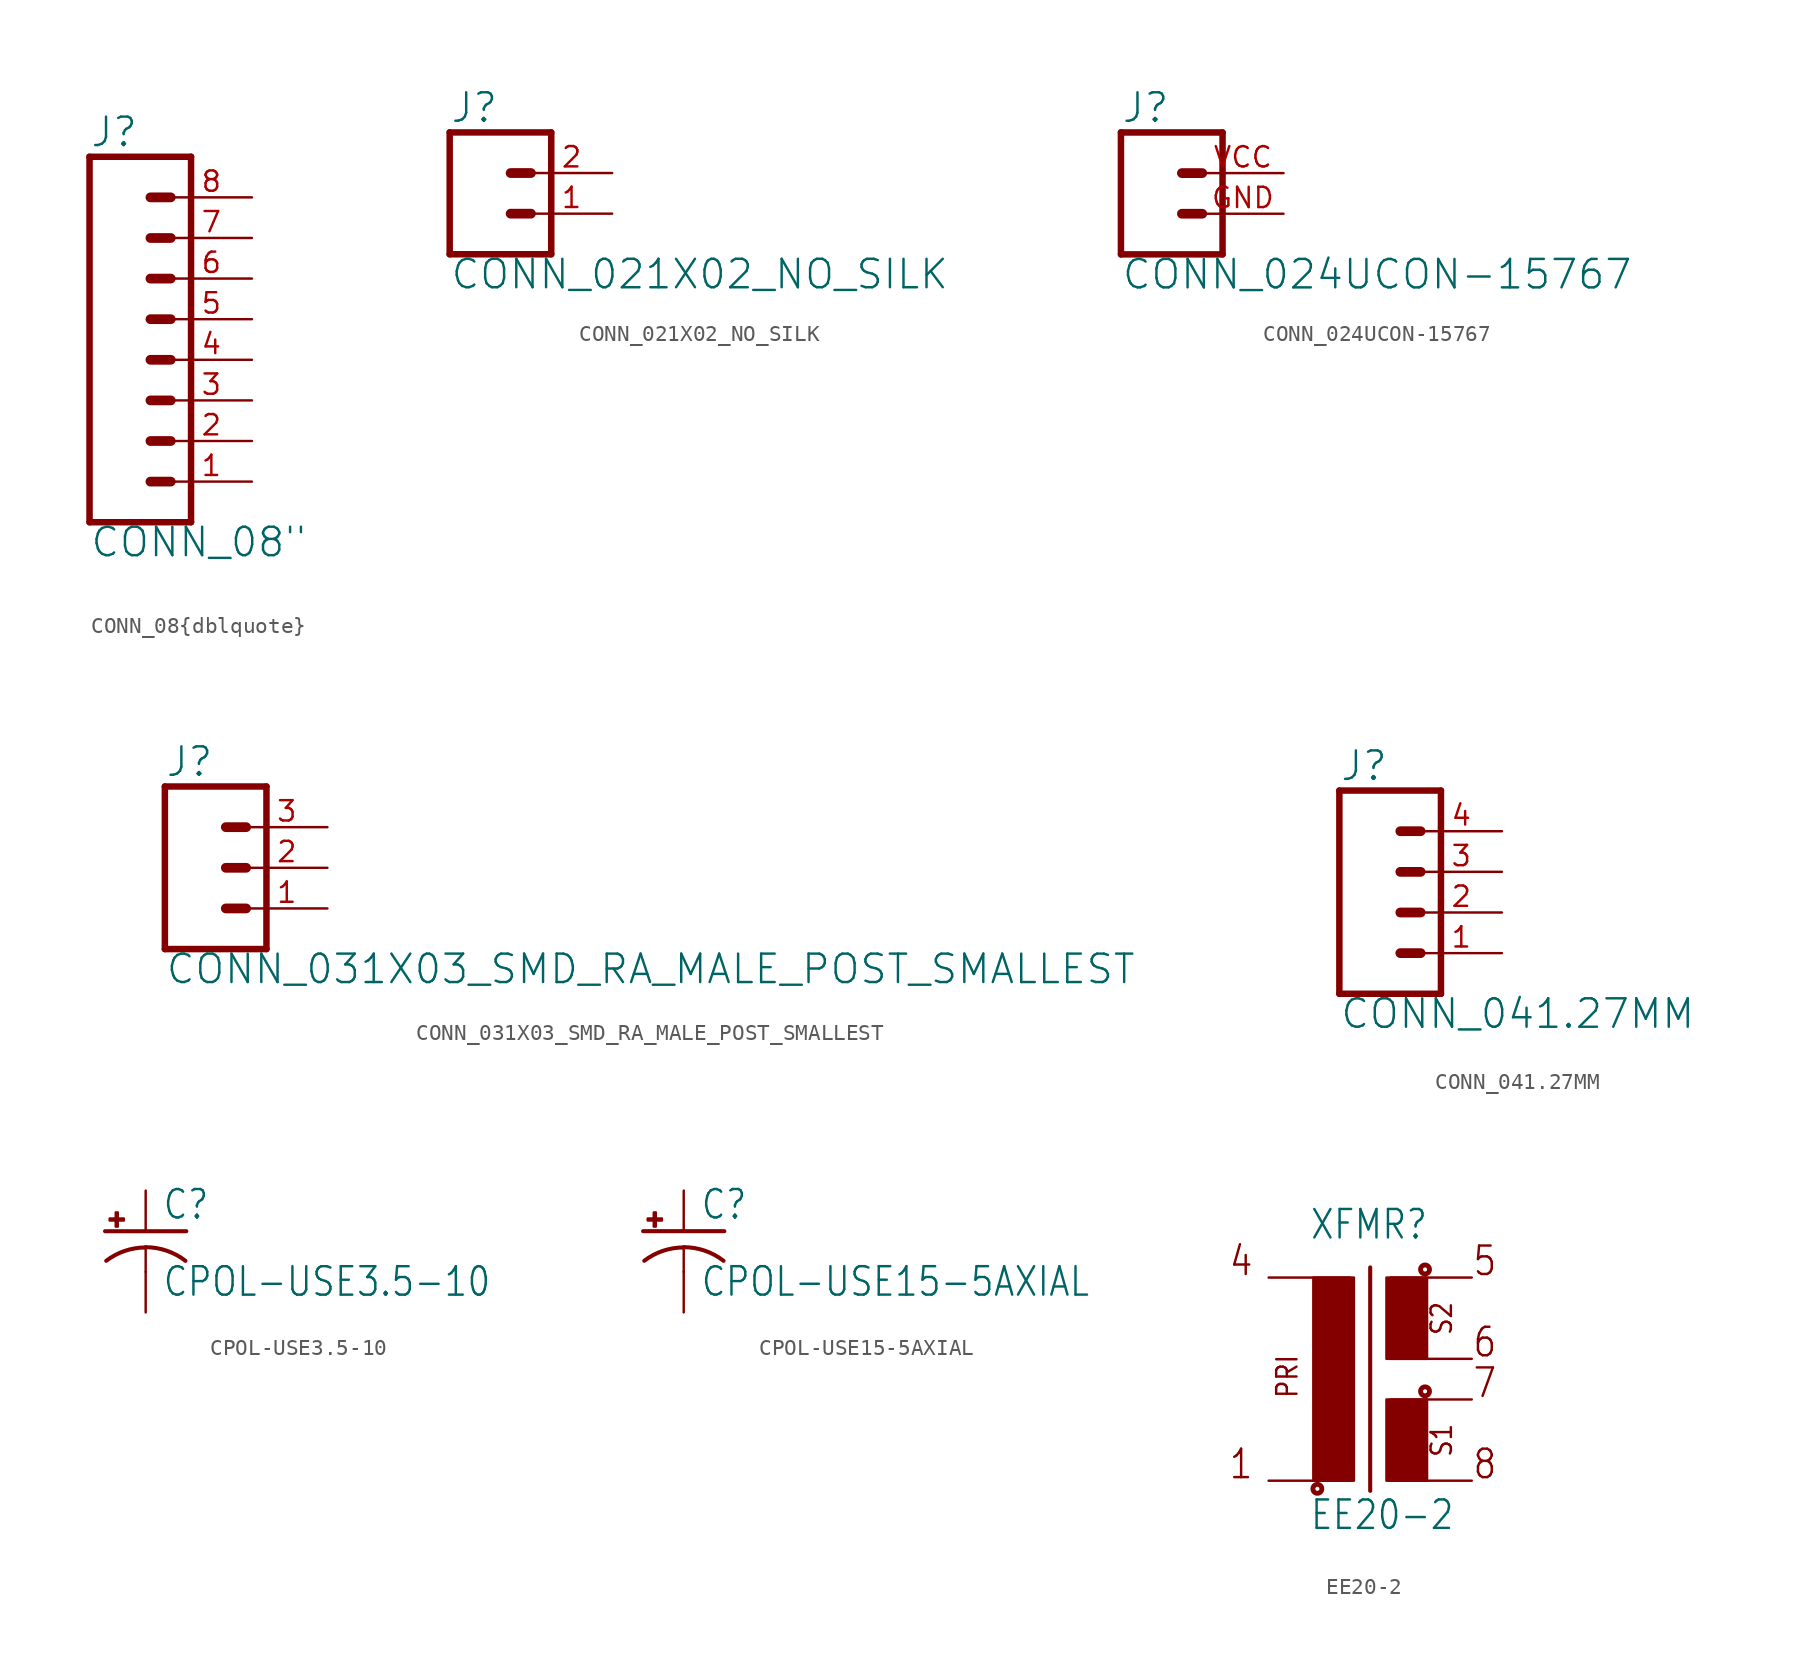
<source format=kicad_sym>
(kicad_symbol_lib
  (version 20220331)
  (generator kicad_symbol_editor)
  (symbol "CONN_08{dblquote}"
    (property "Reference" "J"
      (at -5.08 13.208 0)
      (effects (font (size 1.778 1.778)) (justify left bottom)))
    (property "Value" "CONN_08{dblquote}"
      (at -5.08 -12.446 0)
      (effects (font (size 1.778 1.778)) (justify left bottom)))
    (property "ki_locked" ""
      (at 0 0 0)
      (effects (font (size 1.27 1.27))))
    (symbol "CONN_08{dblquote}_1_0"
      (polyline (pts (xy -5.08 12.7) (xy -5.08 -10.16)) (stroke (width 0.406) (type solid)) (fill (type none)))
      (polyline (pts (xy -5.08 12.7) (xy 1.27 12.7)) (stroke (width 0.406) (type solid)) (fill (type none)))
      (polyline (pts (xy -1.27 -7.62) (xy 0 -7.62)) (stroke (width 0.61) (type solid)) (fill (type none)))
      (polyline (pts (xy -1.27 -5.08) (xy 0 -5.08)) (stroke (width 0.61) (type solid)) (fill (type none)))
      (polyline (pts (xy -1.27 -2.54) (xy 0 -2.54)) (stroke (width 0.61) (type solid)) (fill (type none)))
      (polyline (pts (xy -1.27 0) (xy 0 0)) (stroke (width 0.61) (type solid)) (fill (type none)))
      (polyline (pts (xy -1.27 2.54) (xy 0 2.54)) (stroke (width 0.61) (type solid)) (fill (type none)))
      (polyline (pts (xy -1.27 5.08) (xy 0 5.08)) (stroke (width 0.61) (type solid)) (fill (type none)))
      (polyline (pts (xy -1.27 7.62) (xy 0 7.62)) (stroke (width 0.61) (type solid)) (fill (type none)))
      (polyline (pts (xy -1.27 10.16) (xy 0 10.16)) (stroke (width 0.61) (type solid)) (fill (type none)))
      (polyline (pts (xy 1.27 -10.16) (xy -5.08 -10.16)) (stroke (width 0.406) (type solid)) (fill (type none)))
      (polyline (pts (xy 1.27 -10.16) (xy 1.27 12.7)) (stroke (width 0.406) (type solid)) (fill (type none)))
      (pin passive line (at 5.08 -7.62 180) (length 5.08) (name "1" (effects (font (size 0 0)))) (number "1" (effects (font (size 1.27 1.27)))))
      (pin passive line (at 5.08 -5.08 180) (length 5.08) (name "2" (effects (font (size 0 0)))) (number "2" (effects (font (size 1.27 1.27)))))
      (pin passive line (at 5.08 -2.54 180) (length 5.08) (name "3" (effects (font (size 0 0)))) (number "3" (effects (font (size 1.27 1.27)))))
      (pin passive line (at 5.08 0 180) (length 5.08) (name "4" (effects (font (size 0 0)))) (number "4" (effects (font (size 1.27 1.27)))))
      (pin passive line (at 5.08 2.54 180) (length 5.08) (name "5" (effects (font (size 0 0)))) (number "5" (effects (font (size 1.27 1.27)))))
      (pin passive line (at 5.08 5.08 180) (length 5.08) (name "6" (effects (font (size 0 0)))) (number "6" (effects (font (size 1.27 1.27)))))
      (pin passive line (at 5.08 7.62 180) (length 5.08) (name "7" (effects (font (size 0 0)))) (number "7" (effects (font (size 1.27 1.27)))))
      (pin passive line (at 5.08 10.16 180) (length 5.08) (name "8" (effects (font (size 0 0)))) (number "8" (effects (font (size 1.27 1.27)))))))
  (symbol "CONN_021X02_NO_SILK"
    (property "Reference" "J"
      (at -2.54 5.588 0)
      (effects (font (size 1.778 1.778)) (justify left bottom)))
    (property "Value" "CONN_021X02_NO_SILK"
      (at -2.54 -4.826 0)
      (effects (font (size 1.778 1.778)) (justify left bottom)))
    (property "ki_locked" ""
      (at 0 0 0)
      (effects (font (size 1.27 1.27))))
    (symbol "CONN_021X02_NO_SILK_1_0"
      (polyline (pts (xy -2.54 5.08) (xy -2.54 -2.54)) (stroke (width 0.406) (type solid)) (fill (type none)))
      (polyline (pts (xy -2.54 5.08) (xy 3.81 5.08)) (stroke (width 0.406) (type solid)) (fill (type none)))
      (polyline (pts (xy 1.27 0) (xy 2.54 0)) (stroke (width 0.61) (type solid)) (fill (type none)))
      (polyline (pts (xy 1.27 2.54) (xy 2.54 2.54)) (stroke (width 0.61) (type solid)) (fill (type none)))
      (polyline (pts (xy 3.81 -2.54) (xy -2.54 -2.54)) (stroke (width 0.406) (type solid)) (fill (type none)))
      (polyline (pts (xy 3.81 -2.54) (xy 3.81 5.08)) (stroke (width 0.406) (type solid)) (fill (type none)))
      (pin passive line (at 7.62 0 180) (length 5.08) (name "1" (effects (font (size 0 0)))) (number "1" (effects (font (size 1.27 1.27)))))
      (pin passive line (at 7.62 2.54 180) (length 5.08) (name "2" (effects (font (size 0 0)))) (number "2" (effects (font (size 1.27 1.27)))))))
  (symbol "CONN_024UCON-15767"
    (property "Reference" "J"
      (at -2.54 5.588 0)
      (effects (font (size 1.778 1.778)) (justify left bottom)))
    (property "Value" "CONN_024UCON-15767"
      (at -2.54 -4.826 0)
      (effects (font (size 1.778 1.778)) (justify left bottom)))
    (property "ki_locked" ""
      (at 0 0 0)
      (effects (font (size 1.27 1.27))))
    (symbol "CONN_024UCON-15767_1_0"
      (polyline (pts (xy -2.54 5.08) (xy -2.54 -2.54)) (stroke (width 0.406) (type solid)) (fill (type none)))
      (polyline (pts (xy -2.54 5.08) (xy 3.81 5.08)) (stroke (width 0.406) (type solid)) (fill (type none)))
      (polyline (pts (xy 1.27 0) (xy 2.54 0)) (stroke (width 0.61) (type solid)) (fill (type none)))
      (polyline (pts (xy 1.27 2.54) (xy 2.54 2.54)) (stroke (width 0.61) (type solid)) (fill (type none)))
      (polyline (pts (xy 3.81 -2.54) (xy -2.54 -2.54)) (stroke (width 0.406) (type solid)) (fill (type none)))
      (polyline (pts (xy 3.81 -2.54) (xy 3.81 5.08)) (stroke (width 0.406) (type solid)) (fill (type none)))
      (pin passive line (at 7.62 0 180) (length 5.08) (name "1" (effects (font (size 0 0)))) (number "GND" (effects (font (size 1.27 1.27)))))
      (pin passive line (at 7.62 2.54 180) (length 5.08) (name "2" (effects (font (size 0 0)))) (number "VCC" (effects (font (size 1.27 1.27)))))))
  (symbol "CONN_031X03_SMD_RA_MALE_POST_SMALLEST"
    (property "Reference" "J"
      (at -2.54 5.588 0)
      (effects (font (size 1.778 1.778)) (justify left bottom)))
    (property "Value" "CONN_031X03_SMD_RA_MALE_POST_SMALLEST"
      (at -2.54 -7.366 0)
      (effects (font (size 1.778 1.778)) (justify left bottom)))
    (property "ki_locked" ""
      (at 0 0 0)
      (effects (font (size 1.27 1.27))))
    (symbol "CONN_031X03_SMD_RA_MALE_POST_SMALLEST_1_0"
      (polyline (pts (xy -2.54 5.08) (xy -2.54 -5.08)) (stroke (width 0.406) (type solid)) (fill (type none)))
      (polyline (pts (xy -2.54 5.08) (xy 3.81 5.08)) (stroke (width 0.406) (type solid)) (fill (type none)))
      (polyline (pts (xy 1.27 -2.54) (xy 2.54 -2.54)) (stroke (width 0.61) (type solid)) (fill (type none)))
      (polyline (pts (xy 1.27 0) (xy 2.54 0)) (stroke (width 0.61) (type solid)) (fill (type none)))
      (polyline (pts (xy 1.27 2.54) (xy 2.54 2.54)) (stroke (width 0.61) (type solid)) (fill (type none)))
      (polyline (pts (xy 3.81 -5.08) (xy -2.54 -5.08)) (stroke (width 0.406) (type solid)) (fill (type none)))
      (polyline (pts (xy 3.81 -5.08) (xy 3.81 5.08)) (stroke (width 0.406) (type solid)) (fill (type none)))
      (pin passive line (at 7.62 -2.54 180) (length 5.08) (name "1" (effects (font (size 0 0)))) (number "1" (effects (font (size 1.27 1.27)))))
      (pin passive line (at 7.62 0 180) (length 5.08) (name "2" (effects (font (size 0 0)))) (number "2" (effects (font (size 1.27 1.27)))))
      (pin passive line (at 7.62 2.54 180) (length 5.08) (name "3" (effects (font (size 0 0)))) (number "3" (effects (font (size 1.27 1.27)))))))
  (symbol "CONN_041.27MM"
    (property "Reference" "J"
      (at -5.08 8.128 0)
      (effects (font (size 1.778 1.778)) (justify left bottom)))
    (property "Value" "CONN_041.27MM"
      (at -5.08 -7.366 0)
      (effects (font (size 1.778 1.778)) (justify left bottom)))
    (property "ki_locked" ""
      (at 0 0 0)
      (effects (font (size 1.27 1.27))))
    (symbol "CONN_041.27MM_1_0"
      (polyline (pts (xy -5.08 7.62) (xy -5.08 -5.08)) (stroke (width 0.406) (type solid)) (fill (type none)))
      (polyline (pts (xy -5.08 7.62) (xy 1.27 7.62)) (stroke (width 0.406) (type solid)) (fill (type none)))
      (polyline (pts (xy -1.27 -2.54) (xy 0 -2.54)) (stroke (width 0.61) (type solid)) (fill (type none)))
      (polyline (pts (xy -1.27 0) (xy 0 0)) (stroke (width 0.61) (type solid)) (fill (type none)))
      (polyline (pts (xy -1.27 2.54) (xy 0 2.54)) (stroke (width 0.61) (type solid)) (fill (type none)))
      (polyline (pts (xy -1.27 5.08) (xy 0 5.08)) (stroke (width 0.61) (type solid)) (fill (type none)))
      (polyline (pts (xy 1.27 -5.08) (xy -5.08 -5.08)) (stroke (width 0.406) (type solid)) (fill (type none)))
      (polyline (pts (xy 1.27 -5.08) (xy 1.27 7.62)) (stroke (width 0.406) (type solid)) (fill (type none)))
      (pin passive line (at 5.08 -2.54 180) (length 5.08) (name "1" (effects (font (size 0 0)))) (number "1" (effects (font (size 1.27 1.27)))))
      (pin passive line (at 5.08 0 180) (length 5.08) (name "2" (effects (font (size 0 0)))) (number "2" (effects (font (size 1.27 1.27)))))
      (pin passive line (at 5.08 2.54 180) (length 5.08) (name "3" (effects (font (size 0 0)))) (number "3" (effects (font (size 1.27 1.27)))))
      (pin passive line (at 5.08 5.08 180) (length 5.08) (name "4" (effects (font (size 0 0)))) (number "4" (effects (font (size 1.27 1.27)))))))
  (symbol "CPOL-USE3.5-10"
    (property "Reference" "C"
      (at 1.016 0.635 0)
      (effects (font (size 1.778 1.511)) (justify left bottom)))
    (property "Value" "CPOL-USE3.5-10"
      (at 1.016 -4.191 0)
      (effects (font (size 1.778 1.511)) (justify left bottom)))
    (property "ki_locked" ""
      (at 0 0 0)
      (effects (font (size 1.27 1.27))))
    (symbol "CPOL-USE3.5-10_1_0"
      (rectangle (start -2.253 0.668) (end -1.364 0.795) (stroke (width 0) (type default)) (fill (type outline)))
      (rectangle (start -1.872 0.287) (end -1.745 1.176) (stroke (width 0) (type default)) (fill (type outline)))
      (arc (start 0 -1.0161) (mid -1.3021 -1.2302) (end -2.4669 -1.8504) (stroke (width 0.254) (type solid)) (fill (type none)))
      (polyline (pts (xy -2.54 0) (xy 2.54 0)) (stroke (width 0.254) (type solid)) (fill (type none)))
      (polyline (pts (xy 0 -1.016) (xy 0 -2.54)) (stroke (width 0.152) (type solid)) (fill (type none)))
      (arc (start 2.4892 -1.8542) (mid 1.3158 -1.2195) (end 0 -1) (stroke (width 0.254) (type solid)) (fill (type none)))
      (pin passive line (at 0 2.54 270) (length 2.54) (name "+" (effects (font (size 0 0)))) (number "+" (effects (font (size 0 0)))))
      (pin passive line (at 0 -5.08 90) (length 2.54) (name "-" (effects (font (size 0 0)))) (number "-" (effects (font (size 0 0)))))))
  (symbol "CPOL-USE15-5AXIAL"
    (property "Reference" "C"
      (at 1.016 0.635 0)
      (effects (font (size 1.778 1.511)) (justify left bottom)))
    (property "Value" "CPOL-USE15-5AXIAL"
      (at 1.016 -4.191 0)
      (effects (font (size 1.778 1.511)) (justify left bottom)))
    (property "ki_locked" ""
      (at 0 0 0)
      (effects (font (size 1.27 1.27))))
    (symbol "CPOL-USE15-5AXIAL_1_0"
      (rectangle (start -2.253 0.668) (end -1.364 0.795) (stroke (width 0) (type default)) (fill (type outline)))
      (rectangle (start -1.872 0.287) (end -1.745 1.176) (stroke (width 0) (type default)) (fill (type outline)))
      (arc (start 0 -1.0161) (mid -1.3021 -1.2302) (end -2.4669 -1.8504) (stroke (width 0.254) (type solid)) (fill (type none)))
      (polyline (pts (xy -2.54 0) (xy 2.54 0)) (stroke (width 0.254) (type solid)) (fill (type none)))
      (polyline (pts (xy 0 -1.016) (xy 0 -2.54)) (stroke (width 0.152) (type solid)) (fill (type none)))
      (arc (start 2.4892 -1.8542) (mid 1.3158 -1.2195) (end 0 -1) (stroke (width 0.254) (type solid)) (fill (type none)))
      (pin passive line (at 0 2.54 270) (length 2.54) (name "+" (effects (font (size 0 0)))) (number "+" (effects (font (size 0 0)))))
      (pin passive line (at 0 -5.08 90) (length 2.54) (name "-" (effects (font (size 0 0)))) (number "-" (effects (font (size 0 0)))))))
  (symbol "EE20-2"
    (property "Reference" "XFMR"
      (at -2.54 7.366 0)
      (effects (font (size 1.778 1.511)) (justify left bottom)))
    (property "Value" "EE20-2"
      (at -2.54 -10.795 0)
      (effects (font (size 1.778 1.511)) (justify left bottom)))
    (property "ki_locked" ""
      (at 0 0 0)
      (effects (font (size 1.27 1.27))))
    (symbol "EE20-2_1_0"
      (rectangle (start -2.286 -7.62) (end 0.254 5.08) (stroke (width 0) (type default)) (fill (type outline)))
      (circle (center -2.032 -8.128) (radius 0.127) (stroke (width 0.305) (type solid)) (fill (type none)))
      (polyline (pts (xy 1.27 5.715) (xy 1.27 -8.255)) (stroke (width 0.254) (type solid)) (fill (type none)))
      (rectangle (start 2.286 -7.62) (end 4.826 -2.54) (stroke (width 0) (type default)) (fill (type outline)))
      (rectangle (start 2.286 0) (end 4.826 5.08) (stroke (width 0) (type default)) (fill (type outline)))
      (circle (center 4.699 -2.032) (radius 0.127) (stroke (width 0.305) (type solid)) (fill (type none)))
      (circle (center 4.699 5.588) (radius 0.127) (stroke (width 0.305) (type solid)) (fill (type none)))
      (text "1" (at -7.62 -7.62 0) (effects (font (size 1.778 1.511)) (justify left bottom)))
      (text "4" (at -7.62 5.08 0) (effects (font (size 1.778 1.511)) (justify left bottom)))
      (text "5" (at 7.62 5.08 0) (effects (font (size 1.778 1.511)) (justify left bottom)))
      (text "6" (at 7.62 0 0) (effects (font (size 1.778 1.511)) (justify left bottom)))
      (text "7" (at 7.62 -2.54 0) (effects (font (size 1.778 1.511)) (justify left bottom)))
      (text "8" (at 7.62 -7.62 0) (effects (font (size 1.778 1.511)) (justify left bottom)))
      (text "PRI" (at -3.175 -2.54 900) (effects (font (size 1.27 1.079)) (justify left bottom)))
      (text "S1" (at 6.477 -6.223 900) (effects (font (size 1.27 1.079)) (justify left bottom)))
      (text "S2" (at 6.477 1.397 900) (effects (font (size 1.27 1.079)) (justify left bottom)))
      (pin passive line (at -5.08 -7.62 0) (length 5.08) (name "1" (effects (font (size 0 0)))) (number "1" (effects (font (size 0 0)))))
      (pin passive line (at -5.08 5.08 0) (length 5.08) (name "4" (effects (font (size 0 0)))) (number "4" (effects (font (size 0 0)))))
      (pin passive line (at 7.62 5.08 180) (length 5.08) (name "5" (effects (font (size 0 0)))) (number "5" (effects (font (size 0 0)))))
      (pin passive line (at 7.62 0 180) (length 5.08) (name "6" (effects (font (size 0 0)))) (number "6" (effects (font (size 0 0)))))
      (pin passive line (at 7.62 -2.54 180) (length 5.08) (name "7" (effects (font (size 0 0)))) (number "7" (effects (font (size 0 0)))))
      (pin passive line (at 7.62 -7.62 180) (length 5.08) (name "8" (effects (font (size 0 0)))) (number "8" (effects (font (size 0 0))))))))
</source>
